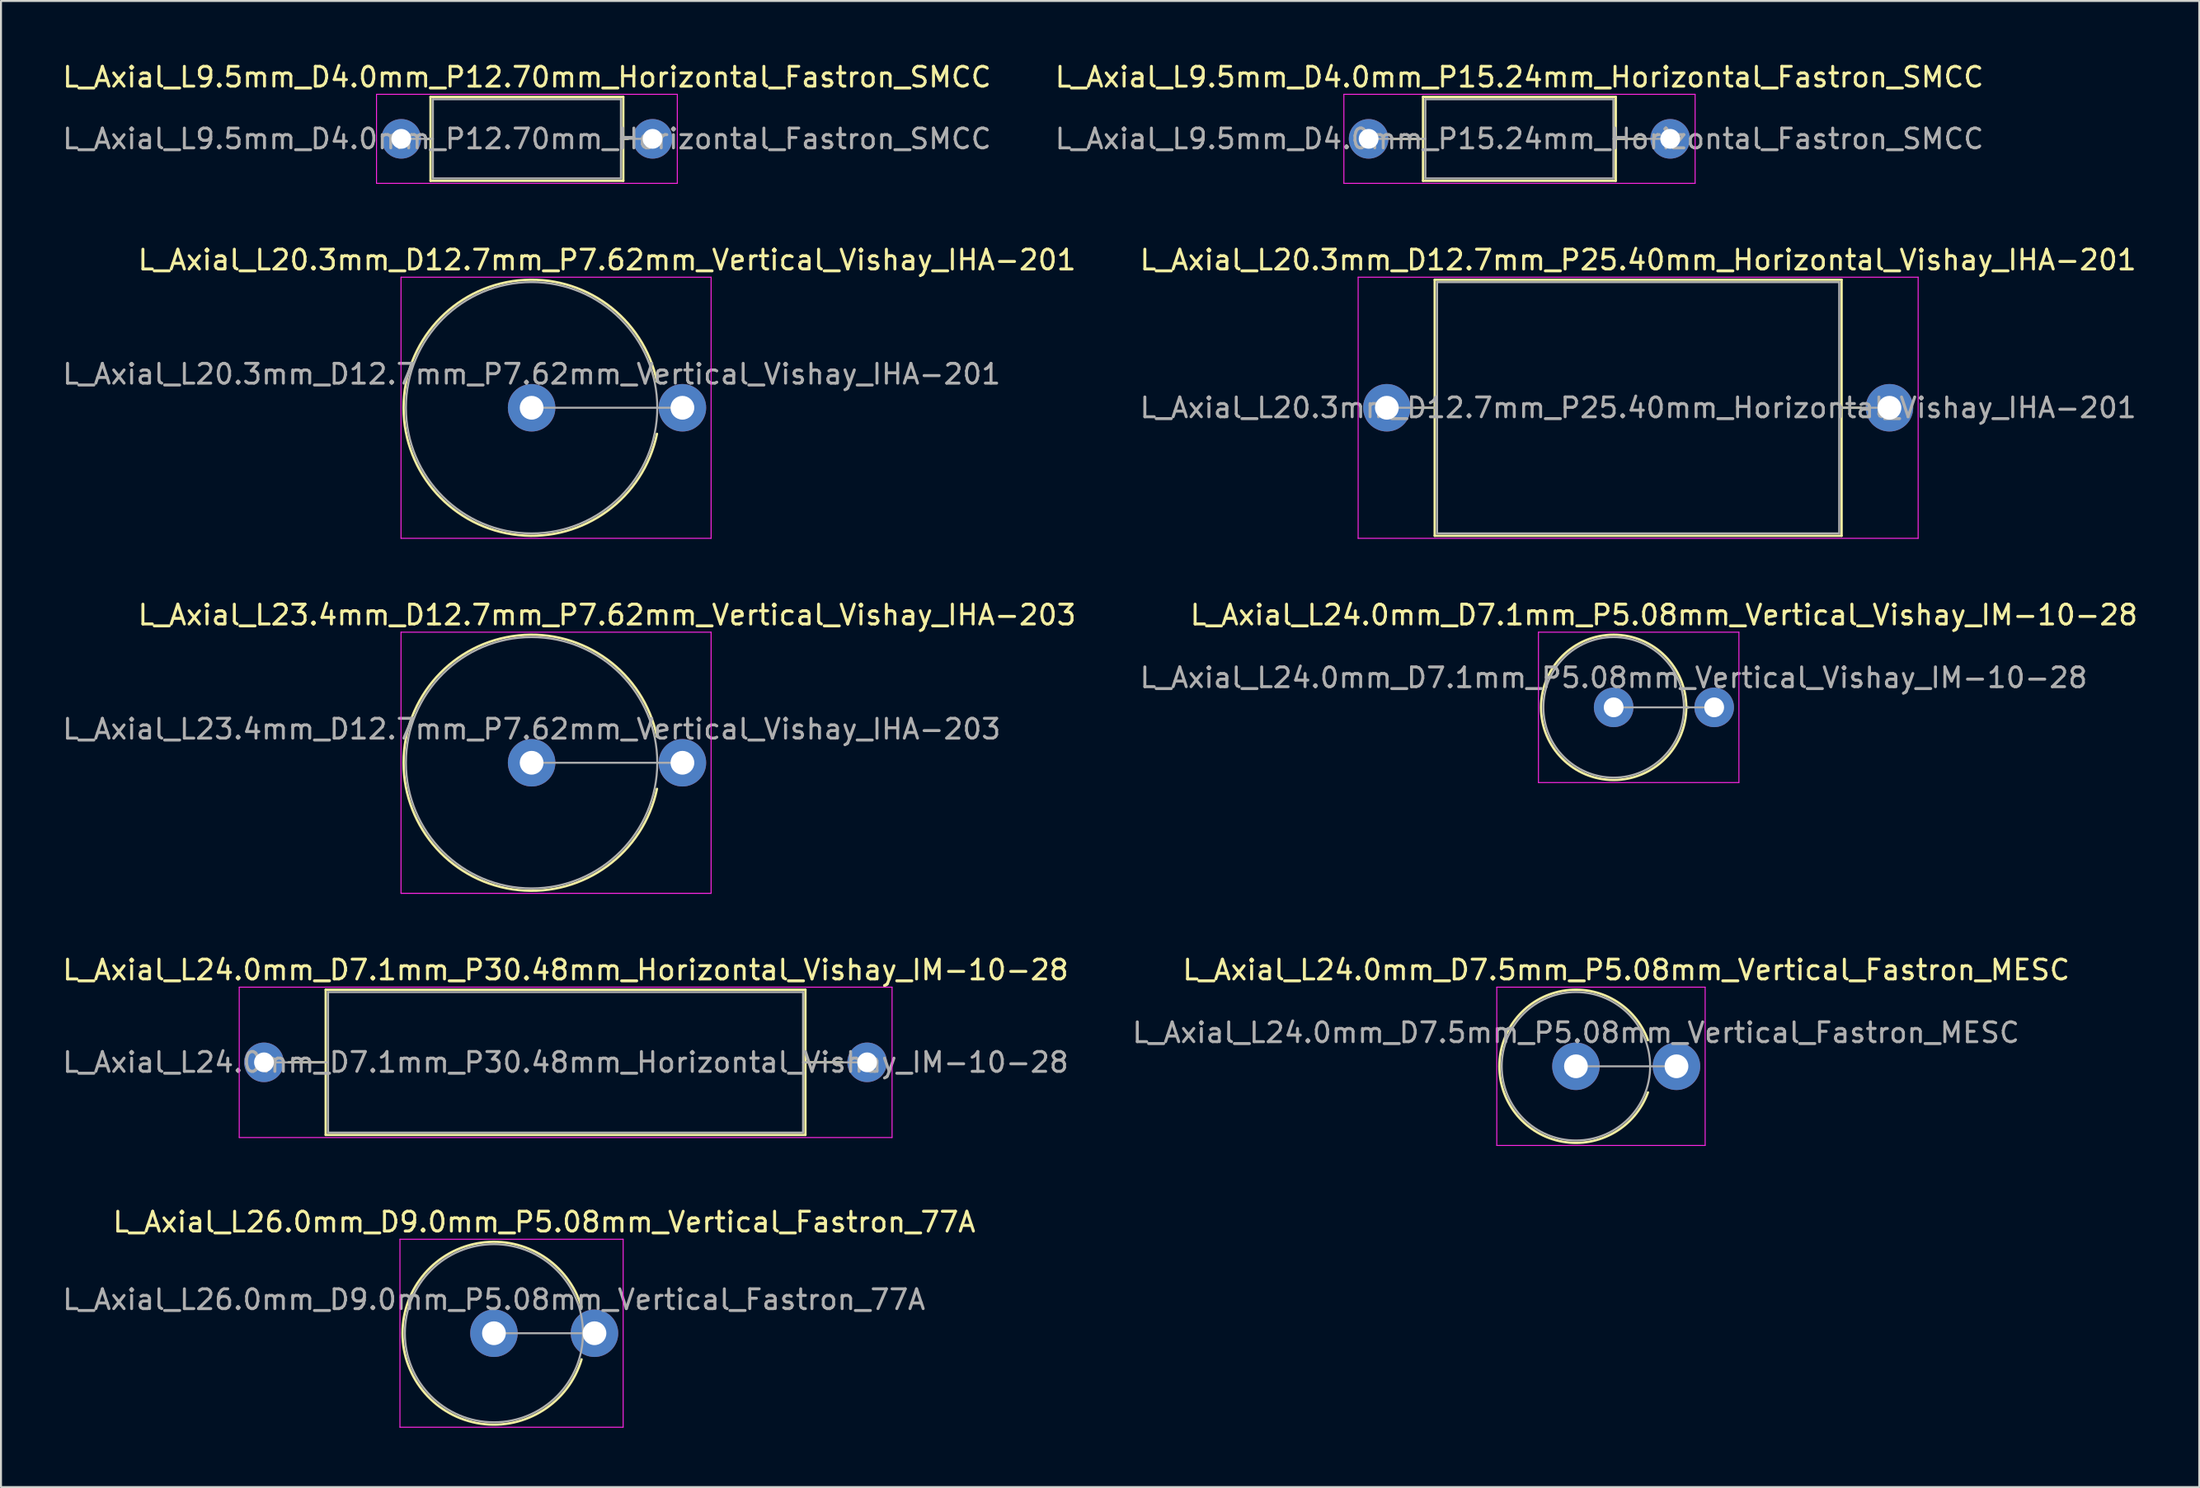
<source format=kicad_pcb>
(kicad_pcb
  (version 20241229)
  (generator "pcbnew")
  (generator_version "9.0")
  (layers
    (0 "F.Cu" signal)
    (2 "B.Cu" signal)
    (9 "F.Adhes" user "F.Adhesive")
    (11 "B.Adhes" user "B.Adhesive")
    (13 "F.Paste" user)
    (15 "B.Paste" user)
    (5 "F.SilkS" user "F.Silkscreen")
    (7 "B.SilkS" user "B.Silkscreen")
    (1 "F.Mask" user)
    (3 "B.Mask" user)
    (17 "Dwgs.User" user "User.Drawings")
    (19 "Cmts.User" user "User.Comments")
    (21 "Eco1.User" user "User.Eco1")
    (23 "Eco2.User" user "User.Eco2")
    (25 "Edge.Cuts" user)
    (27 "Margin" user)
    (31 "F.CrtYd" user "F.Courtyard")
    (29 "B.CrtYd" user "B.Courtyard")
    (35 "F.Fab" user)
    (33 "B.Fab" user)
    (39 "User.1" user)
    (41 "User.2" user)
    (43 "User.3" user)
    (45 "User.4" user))
  (footprint "L_Axial_L23.4mm_D12.7mm_P7.62mm_Vertical_Vishay_IHA-203"
    (layer "F.Cu")
    (at 23.815 35.505)
    (property "Reference" "L_Axial_L23.4mm_D12.7mm_P7.62mm_Vertical_Vishay_IHA-203" (at 3.81 -7.47 0) (layer "F.SilkS") (effects (font (size 1 1) (thickness 0.15))))
    (attr through_hole)
    (fp_arc (start 6.333917 1.32) (mid -6.47 0) (end 6.333917 -1.32) (stroke (width 0.12) (type solid)) (layer "F.SilkS"))
    (fp_line (start -6.6 -6.6) (end -6.6 6.6) (stroke (width 0.05) (type solid)) (layer "F.CrtYd"))
    (fp_line (start -6.6 6.6) (end 9.07 6.6) (stroke (width 0.05) (type solid)) (layer "F.CrtYd"))
    (fp_line (start 9.07 -6.6) (end -6.6 -6.6) (stroke (width 0.05) (type solid)) (layer "F.CrtYd"))
    (fp_line (start 9.07 6.6) (end 9.07 -6.6) (stroke (width 0.05) (type solid)) (layer "F.CrtYd"))
    (fp_line (start 0 0) (end 7.62 0) (stroke (width 0.1) (type solid)) (layer "F.Fab"))
    (fp_circle (center 0 0) (end 6.35 0) (stroke (width 0.1) (type solid)) (fill no) (layer "F.Fab"))
    (fp_text user "${REFERENCE}" (at 0 -1.7 0) (layer "F.Fab") (effects (font (size 1 1) (thickness 0.15))))
    (pad "1" thru_hole circle (at 0 0) (size 2.4 2.4) (drill 1.2) (layers "*.Cu" "*.Mask"))
    (pad "2" thru_hole oval (at 7.62 0) (size 2.4 2.4) (drill 1.2) (layers "*.Cu" "*.Mask")))
  (footprint "L_Axial_L9.5mm_D4.0mm_P15.24mm_Horizontal_Fastron_SMCC"
    (layer "F.Cu")
    (at 66.112 3.968)
    (property "Reference" "L_Axial_L9.5mm_D4.0mm_P15.24mm_Horizontal_Fastron_SMCC" (at 7.62 -3.12 0) (layer "F.SilkS") (effects (font (size 1 1) (thickness 0.15))))
    (attr through_hole)
    (fp_line (start 1.24 0) (end 2.75 0) (stroke (width 0.12) (type solid)) (layer "F.SilkS"))
    (fp_line (start 2.75 -2.12) (end 2.75 2.12) (stroke (width 0.12) (type solid)) (layer "F.SilkS"))
    (fp_line (start 2.75 2.12) (end 12.49 2.12) (stroke (width 0.12) (type solid)) (layer "F.SilkS"))
    (fp_line (start 12.49 -2.12) (end 2.75 -2.12) (stroke (width 0.12) (type solid)) (layer "F.SilkS"))
    (fp_line (start 12.49 2.12) (end 12.49 -2.12) (stroke (width 0.12) (type solid)) (layer "F.SilkS"))
    (fp_line (start 14 0) (end 12.49 0) (stroke (width 0.12) (type solid)) (layer "F.SilkS"))
    (fp_line (start -1.25 -2.25) (end -1.25 2.25) (stroke (width 0.05) (type solid)) (layer "F.CrtYd"))
    (fp_line (start -1.25 2.25) (end 16.5 2.25) (stroke (width 0.05) (type solid)) (layer "F.CrtYd"))
    (fp_line (start 16.5 -2.25) (end -1.25 -2.25) (stroke (width 0.05) (type solid)) (layer "F.CrtYd"))
    (fp_line (start 16.5 2.25) (end 16.5 -2.25) (stroke (width 0.05) (type solid)) (layer "F.CrtYd"))
    (fp_line (start 0 0) (end 2.87 0) (stroke (width 0.1) (type solid)) (layer "F.Fab"))
    (fp_line (start 2.87 -2) (end 2.87 2) (stroke (width 0.1) (type solid)) (layer "F.Fab"))
    (fp_line (start 2.87 2) (end 12.37 2) (stroke (width 0.1) (type solid)) (layer "F.Fab"))
    (fp_line (start 12.37 -2) (end 2.87 -2) (stroke (width 0.1) (type solid)) (layer "F.Fab"))
    (fp_line (start 12.37 2) (end 12.37 -2) (stroke (width 0.1) (type solid)) (layer "F.Fab"))
    (fp_line (start 15.24 0) (end 12.37 0) (stroke (width 0.1) (type solid)) (layer "F.Fab"))
    (fp_text user "${REFERENCE}" (at 7.62 0 0) (layer "F.Fab") (effects (font (size 1 1) (thickness 0.15))))
    (pad "1" thru_hole circle (at 0 0) (size 2 2) (drill 1) (layers "*.Cu" "*.Mask"))
    (pad "2" thru_hole oval (at 15.24 0) (size 2 2) (drill 1) (layers "*.Cu" "*.Mask")))
  (footprint "L_Axial_L9.5mm_D4.0mm_P12.70mm_Horizontal_Fastron_SMCC"
    (layer "F.Cu")
    (at 17.227 3.968)
    (property "Reference" "L_Axial_L9.5mm_D4.0mm_P12.70mm_Horizontal_Fastron_SMCC" (at 6.35 -3.12 0) (layer "F.SilkS") (effects (font (size 1 1) (thickness 0.15))))
    (attr through_hole)
    (fp_line (start 1.24 0) (end 1.48 0) (stroke (width 0.12) (type solid)) (layer "F.SilkS"))
    (fp_line (start 1.48 -2.12) (end 1.48 2.12) (stroke (width 0.12) (type solid)) (layer "F.SilkS"))
    (fp_line (start 1.48 2.12) (end 11.22 2.12) (stroke (width 0.12) (type solid)) (layer "F.SilkS"))
    (fp_line (start 11.22 -2.12) (end 1.48 -2.12) (stroke (width 0.12) (type solid)) (layer "F.SilkS"))
    (fp_line (start 11.22 2.12) (end 11.22 -2.12) (stroke (width 0.12) (type solid)) (layer "F.SilkS"))
    (fp_line (start 11.46 0) (end 11.22 0) (stroke (width 0.12) (type solid)) (layer "F.SilkS"))
    (fp_line (start -1.25 -2.25) (end -1.25 2.25) (stroke (width 0.05) (type solid)) (layer "F.CrtYd"))
    (fp_line (start -1.25 2.25) (end 13.95 2.25) (stroke (width 0.05) (type solid)) (layer "F.CrtYd"))
    (fp_line (start 13.95 -2.25) (end -1.25 -2.25) (stroke (width 0.05) (type solid)) (layer "F.CrtYd"))
    (fp_line (start 13.95 2.25) (end 13.95 -2.25) (stroke (width 0.05) (type solid)) (layer "F.CrtYd"))
    (fp_line (start 0 0) (end 1.6 0) (stroke (width 0.1) (type solid)) (layer "F.Fab"))
    (fp_line (start 1.6 -2) (end 1.6 2) (stroke (width 0.1) (type solid)) (layer "F.Fab"))
    (fp_line (start 1.6 2) (end 11.1 2) (stroke (width 0.1) (type solid)) (layer "F.Fab"))
    (fp_line (start 11.1 -2) (end 1.6 -2) (stroke (width 0.1) (type solid)) (layer "F.Fab"))
    (fp_line (start 11.1 2) (end 11.1 -2) (stroke (width 0.1) (type solid)) (layer "F.Fab"))
    (fp_line (start 12.7 0) (end 11.1 0) (stroke (width 0.1) (type solid)) (layer "F.Fab"))
    (fp_text user "${REFERENCE}" (at 6.35 0 0) (layer "F.Fab") (effects (font (size 1 1) (thickness 0.15))))
    (pad "1" thru_hole circle (at 0 0) (size 2 2) (drill 1) (layers "*.Cu" "*.Mask"))
    (pad "2" thru_hole oval (at 12.7 0) (size 2 2) (drill 1) (layers "*.Cu" "*.Mask")))
  (footprint "L_Axial_L24.0mm_D7.5mm_P5.08mm_Vertical_Fastron_MESC"
    (layer "F.Cu")
    (at 76.589 50.848)
    (property "Reference" "L_Axial_L24.0mm_D7.5mm_P5.08mm_Vertical_Fastron_MESC" (at 2.54 -4.87 0) (layer "F.SilkS") (effects (font (size 1 1) (thickness 0.15))))
    (attr through_hole)
    (fp_arc (start 3.637925 1.32) (mid -3.87 0) (end 3.637925 -1.32) (stroke (width 0.12) (type solid)) (layer "F.SilkS"))
    (fp_line (start -4 -4) (end -4 4) (stroke (width 0.05) (type solid)) (layer "F.CrtYd"))
    (fp_line (start -4 4) (end 6.53 4) (stroke (width 0.05) (type solid)) (layer "F.CrtYd"))
    (fp_line (start 6.53 -4) (end -4 -4) (stroke (width 0.05) (type solid)) (layer "F.CrtYd"))
    (fp_line (start 6.53 4) (end 6.53 -4) (stroke (width 0.05) (type solid)) (layer "F.CrtYd"))
    (fp_line (start 0 0) (end 5.08 0) (stroke (width 0.1) (type solid)) (layer "F.Fab"))
    (fp_circle (center 0 0) (end 3.75 0) (stroke (width 0.1) (type solid)) (fill no) (layer "F.Fab"))
    (fp_text user "${REFERENCE}" (at 0 -1.7 0) (layer "F.Fab") (effects (font (size 1 1) (thickness 0.15))))
    (pad "1" thru_hole circle (at 0 0) (size 2.4 2.4) (drill 1.2) (layers "*.Cu" "*.Mask"))
    (pad "2" thru_hole oval (at 5.08 0) (size 2.4 2.4) (drill 1.2) (layers "*.Cu" "*.Mask")))
  (footprint "L_Axial_L24.0mm_D7.1mm_P5.08mm_Vertical_Vishay_IM-10-28"
    (layer "F.Cu")
    (at 78.495 32.705)
    (property "Reference" "L_Axial_L24.0mm_D7.1mm_P5.08mm_Vertical_Vishay_IM-10-28" (at 2.54 -4.67 0) (layer "F.SilkS") (effects (font (size 1 1) (thickness 0.15))))
    (attr through_hole)
    (fp_line (start 3.67 0) (end 3.78 0) (stroke (width 0.12) (type solid)) (layer "F.SilkS"))
    (fp_circle (center 0 0) (end 3.67 0) (stroke (width 0.12) (type solid)) (fill no) (layer "F.SilkS"))
    (fp_line (start -3.8 -3.8) (end -3.8 3.8) (stroke (width 0.05) (type solid)) (layer "F.CrtYd"))
    (fp_line (start -3.8 3.8) (end 6.33 3.8) (stroke (width 0.05) (type solid)) (layer "F.CrtYd"))
    (fp_line (start 6.33 -3.8) (end -3.8 -3.8) (stroke (width 0.05) (type solid)) (layer "F.CrtYd"))
    (fp_line (start 6.33 3.8) (end 6.33 -3.8) (stroke (width 0.05) (type solid)) (layer "F.CrtYd"))
    (fp_line (start 0 0) (end 5.08 0) (stroke (width 0.1) (type solid)) (layer "F.Fab"))
    (fp_circle (center 0 0) (end 3.55 0) (stroke (width 0.1) (type solid)) (fill no) (layer "F.Fab"))
    (fp_text user "${REFERENCE}" (at 0 -1.5 0) (layer "F.Fab") (effects (font (size 1 1) (thickness 0.15))))
    (pad "1" thru_hole circle (at 0 0) (size 2 2) (drill 1) (layers "*.Cu" "*.Mask"))
    (pad "2" thru_hole oval (at 5.08 0) (size 2 2) (drill 1) (layers "*.Cu" "*.Mask")))
  (footprint "L_Axial_L24.0mm_D7.1mm_P30.48mm_Horizontal_Vishay_IM-10-28"
    (layer "F.Cu")
    (at 10.29 50.648)
    (property "Reference" "L_Axial_L24.0mm_D7.1mm_P30.48mm_Horizontal_Vishay_IM-10-28" (at 15.24 -4.67 0) (layer "F.SilkS") (effects (font (size 1 1) (thickness 0.15))))
    (attr through_hole)
    (fp_line (start 1.24 0) (end 3.12 0) (stroke (width 0.12) (type solid)) (layer "F.SilkS"))
    (fp_line (start 3.12 -3.67) (end 3.12 3.67) (stroke (width 0.12) (type solid)) (layer "F.SilkS"))
    (fp_line (start 3.12 3.67) (end 27.36 3.67) (stroke (width 0.12) (type solid)) (layer "F.SilkS"))
    (fp_line (start 27.36 -3.67) (end 3.12 -3.67) (stroke (width 0.12) (type solid)) (layer "F.SilkS"))
    (fp_line (start 27.36 3.67) (end 27.36 -3.67) (stroke (width 0.12) (type solid)) (layer "F.SilkS"))
    (fp_line (start 29.24 0) (end 27.36 0) (stroke (width 0.12) (type solid)) (layer "F.SilkS"))
    (fp_line (start -1.25 -3.8) (end -1.25 3.8) (stroke (width 0.05) (type solid)) (layer "F.CrtYd"))
    (fp_line (start -1.25 3.8) (end 31.74 3.8) (stroke (width 0.05) (type solid)) (layer "F.CrtYd"))
    (fp_line (start 31.74 -3.8) (end -1.25 -3.8) (stroke (width 0.05) (type solid)) (layer "F.CrtYd"))
    (fp_line (start 31.74 3.8) (end 31.74 -3.8) (stroke (width 0.05) (type solid)) (layer "F.CrtYd"))
    (fp_line (start 0 0) (end 3.24 0) (stroke (width 0.1) (type solid)) (layer "F.Fab"))
    (fp_line (start 3.24 -3.55) (end 3.24 3.55) (stroke (width 0.1) (type solid)) (layer "F.Fab"))
    (fp_line (start 3.24 3.55) (end 27.24 3.55) (stroke (width 0.1) (type solid)) (layer "F.Fab"))
    (fp_line (start 27.24 -3.55) (end 3.24 -3.55) (stroke (width 0.1) (type solid)) (layer "F.Fab"))
    (fp_line (start 27.24 3.55) (end 27.24 -3.55) (stroke (width 0.1) (type solid)) (layer "F.Fab"))
    (fp_line (start 30.48 0) (end 27.24 0) (stroke (width 0.1) (type solid)) (layer "F.Fab"))
    (fp_text user "${REFERENCE}" (at 15.24 0 0) (layer "F.Fab") (effects (font (size 1 1) (thickness 0.15))))
    (pad "1" thru_hole circle (at 0 0) (size 2 2) (drill 1) (layers "*.Cu" "*.Mask"))
    (pad "2" thru_hole oval (at 30.48 0) (size 2 2) (drill 1) (layers "*.Cu" "*.Mask")))
  (footprint "L_Axial_L26.0mm_D9.0mm_P5.08mm_Vertical_Fastron_77A"
    (layer "F.Cu")
    (at 21.911 64.341)
    (property "Reference" "L_Axial_L26.0mm_D9.0mm_P5.08mm_Vertical_Fastron_77A" (at 2.54 -5.62 0) (layer "F.SilkS") (effects (font (size 1 1) (thickness 0.15))))
    (attr through_hole)
    (fp_arc (start 4.427415 1.32) (mid -4.62 0) (end 4.427415 -1.32) (stroke (width 0.12) (type solid)) (layer "F.SilkS"))
    (fp_line (start -4.75 -4.75) (end -4.75 4.75) (stroke (width 0.05) (type solid)) (layer "F.CrtYd"))
    (fp_line (start -4.75 4.75) (end 6.53 4.75) (stroke (width 0.05) (type solid)) (layer "F.CrtYd"))
    (fp_line (start 6.53 -4.75) (end -4.75 -4.75) (stroke (width 0.05) (type solid)) (layer "F.CrtYd"))
    (fp_line (start 6.53 4.75) (end 6.53 -4.75) (stroke (width 0.05) (type solid)) (layer "F.CrtYd"))
    (fp_line (start 0 0) (end 5.08 0) (stroke (width 0.1) (type solid)) (layer "F.Fab"))
    (fp_circle (center 0 0) (end 4.5 0) (stroke (width 0.1) (type solid)) (fill no) (layer "F.Fab"))
    (fp_text user "${REFERENCE}" (at 0 -1.7 0) (layer "F.Fab") (effects (font (size 1 1) (thickness 0.15))))
    (pad "1" thru_hole circle (at 0 0) (size 2.4 2.4) (drill 1.2) (layers "*.Cu" "*.Mask"))
    (pad "2" thru_hole oval (at 5.08 0) (size 2.4 2.4) (drill 1.2) (layers "*.Cu" "*.Mask")))
  (footprint "L_Axial_L20.3mm_D12.7mm_P25.40mm_Horizontal_Vishay_IHA-201"
    (layer "F.Cu")
    (at 67.033 17.561)
    (property "Reference" "L_Axial_L20.3mm_D12.7mm_P25.40mm_Horizontal_Vishay_IHA-201" (at 12.7 -7.47 0) (layer "F.SilkS") (effects (font (size 1 1) (thickness 0.15))))
    (attr through_hole)
    (fp_line (start 1.44 0) (end 2.42 0) (stroke (width 0.12) (type solid)) (layer "F.SilkS"))
    (fp_line (start 2.42 -6.47) (end 2.42 6.47) (stroke (width 0.12) (type solid)) (layer "F.SilkS"))
    (fp_line (start 2.42 6.47) (end 22.98 6.47) (stroke (width 0.12) (type solid)) (layer "F.SilkS"))
    (fp_line (start 22.98 -6.47) (end 2.42 -6.47) (stroke (width 0.12) (type solid)) (layer "F.SilkS"))
    (fp_line (start 22.98 6.47) (end 22.98 -6.47) (stroke (width 0.12) (type solid)) (layer "F.SilkS"))
    (fp_line (start 23.96 0) (end 22.98 0) (stroke (width 0.12) (type solid)) (layer "F.SilkS"))
    (fp_line (start -1.45 -6.6) (end -1.45 6.6) (stroke (width 0.05) (type solid)) (layer "F.CrtYd"))
    (fp_line (start -1.45 6.6) (end 26.85 6.6) (stroke (width 0.05) (type solid)) (layer "F.CrtYd"))
    (fp_line (start 26.85 -6.6) (end -1.45 -6.6) (stroke (width 0.05) (type solid)) (layer "F.CrtYd"))
    (fp_line (start 26.85 6.6) (end 26.85 -6.6) (stroke (width 0.05) (type solid)) (layer "F.CrtYd"))
    (fp_line (start 0 0) (end 2.54 0) (stroke (width 0.1) (type solid)) (layer "F.Fab"))
    (fp_line (start 2.54 -6.35) (end 2.54 6.35) (stroke (width 0.1) (type solid)) (layer "F.Fab"))
    (fp_line (start 2.54 6.35) (end 22.86 6.35) (stroke (width 0.1) (type solid)) (layer "F.Fab"))
    (fp_line (start 22.86 -6.35) (end 2.54 -6.35) (stroke (width 0.1) (type solid)) (layer "F.Fab"))
    (fp_line (start 22.86 6.35) (end 22.86 -6.35) (stroke (width 0.1) (type solid)) (layer "F.Fab"))
    (fp_line (start 25.4 0) (end 22.86 0) (stroke (width 0.1) (type solid)) (layer "F.Fab"))
    (fp_text user "${REFERENCE}" (at 12.7 0 0) (layer "F.Fab") (effects (font (size 1 1) (thickness 0.15))))
    (pad "1" thru_hole circle (at 0 0) (size 2.4 2.4) (drill 1.2) (layers "*.Cu" "*.Mask"))
    (pad "2" thru_hole oval (at 25.4 0) (size 2.4 2.4) (drill 1.2) (layers "*.Cu" "*.Mask")))
  (footprint "L_Axial_L20.3mm_D12.7mm_P7.62mm_Vertical_Vishay_IHA-201"
    (layer "F.Cu")
    (at 23.815 17.561)
    (property "Reference" "L_Axial_L20.3mm_D12.7mm_P7.62mm_Vertical_Vishay_IHA-201" (at 3.81 -7.47 0) (layer "F.SilkS") (effects (font (size 1 1) (thickness 0.15))))
    (attr through_hole)
    (fp_arc (start 6.333917 1.32) (mid -6.47 0) (end 6.333917 -1.32) (stroke (width 0.12) (type solid)) (layer "F.SilkS"))
    (fp_line (start -6.6 -6.6) (end -6.6 6.6) (stroke (width 0.05) (type solid)) (layer "F.CrtYd"))
    (fp_line (start -6.6 6.6) (end 9.07 6.6) (stroke (width 0.05) (type solid)) (layer "F.CrtYd"))
    (fp_line (start 9.07 -6.6) (end -6.6 -6.6) (stroke (width 0.05) (type solid)) (layer "F.CrtYd"))
    (fp_line (start 9.07 6.6) (end 9.07 -6.6) (stroke (width 0.05) (type solid)) (layer "F.CrtYd"))
    (fp_line (start 0 0) (end 7.62 0) (stroke (width 0.1) (type solid)) (layer "F.Fab"))
    (fp_circle (center 0 0) (end 6.35 0) (stroke (width 0.1) (type solid)) (fill no) (layer "F.Fab"))
    (fp_text user "${REFERENCE}" (at 0 -1.7 0) (layer "F.Fab") (effects (font (size 1 1) (thickness 0.15))))
    (pad "1" thru_hole circle (at 0 0) (size 2.4 2.4) (drill 1.2) (layers "*.Cu" "*.Mask"))
    (pad "2" thru_hole oval (at 7.62 0) (size 2.4 2.4) (drill 1.2) (layers "*.Cu" "*.Mask")))
  (gr_rect
    (start -3 -3)
    (end 108.088 72.116)
    (stroke (width 0.1) (type default))
    (fill no)
    (layer "Edge.Cuts")))
</source>
